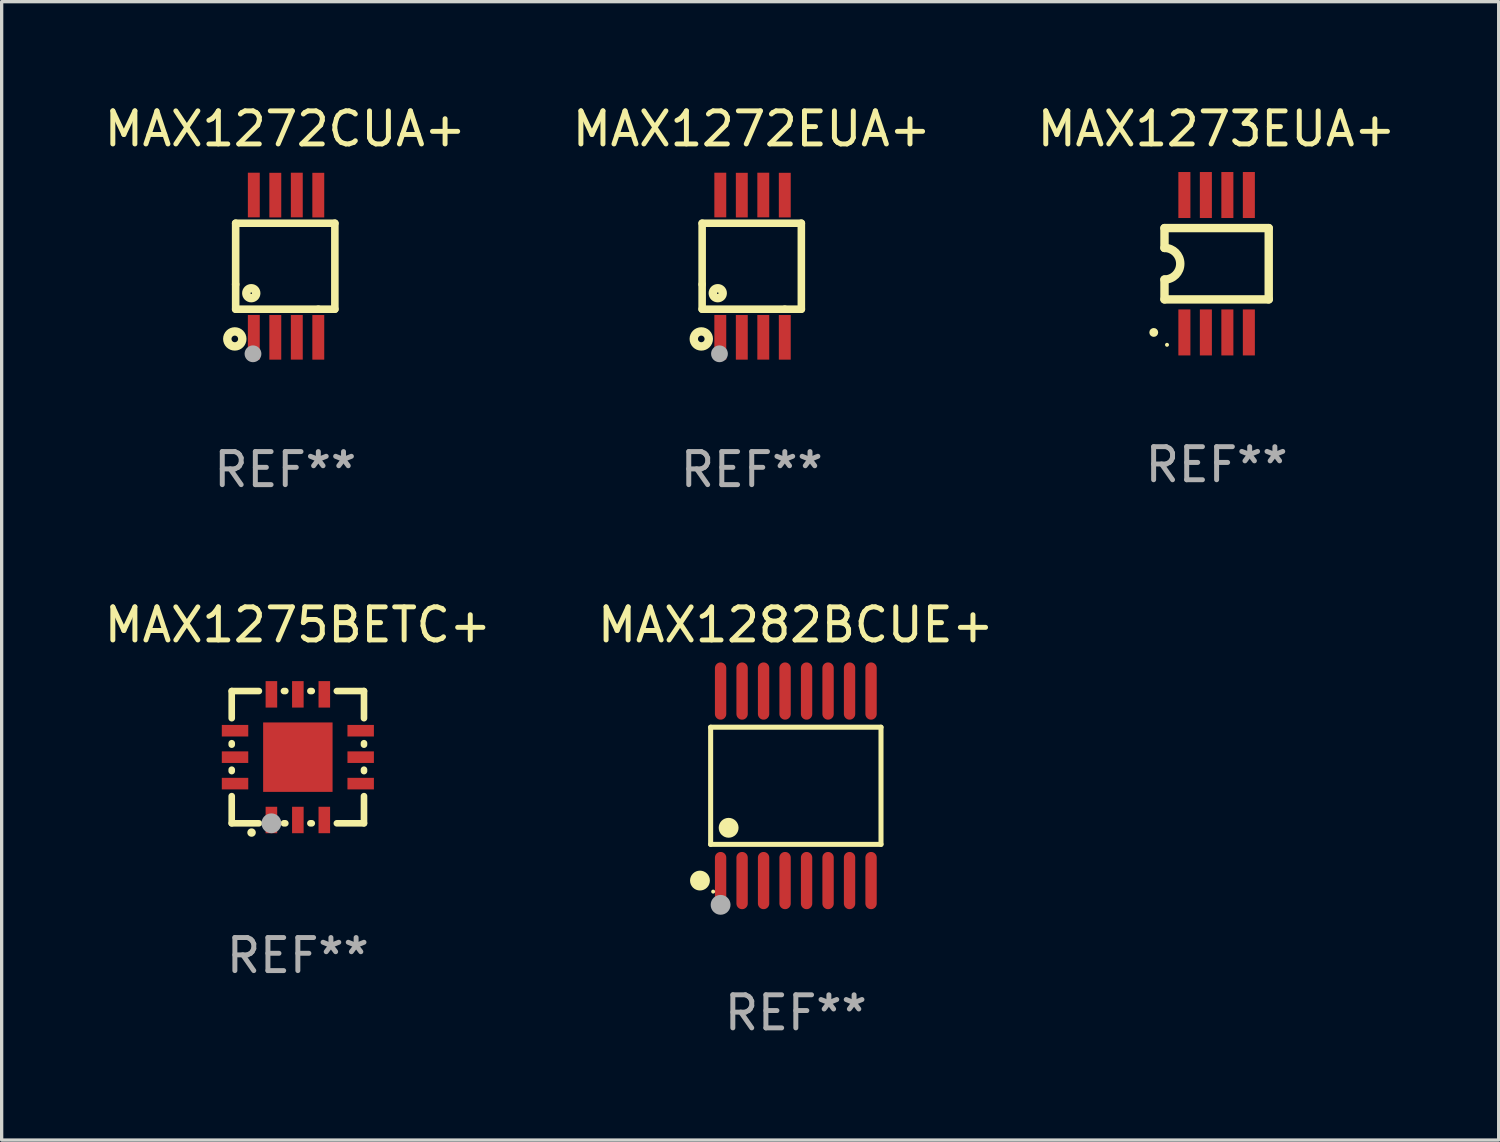
<source format=kicad_pcb>
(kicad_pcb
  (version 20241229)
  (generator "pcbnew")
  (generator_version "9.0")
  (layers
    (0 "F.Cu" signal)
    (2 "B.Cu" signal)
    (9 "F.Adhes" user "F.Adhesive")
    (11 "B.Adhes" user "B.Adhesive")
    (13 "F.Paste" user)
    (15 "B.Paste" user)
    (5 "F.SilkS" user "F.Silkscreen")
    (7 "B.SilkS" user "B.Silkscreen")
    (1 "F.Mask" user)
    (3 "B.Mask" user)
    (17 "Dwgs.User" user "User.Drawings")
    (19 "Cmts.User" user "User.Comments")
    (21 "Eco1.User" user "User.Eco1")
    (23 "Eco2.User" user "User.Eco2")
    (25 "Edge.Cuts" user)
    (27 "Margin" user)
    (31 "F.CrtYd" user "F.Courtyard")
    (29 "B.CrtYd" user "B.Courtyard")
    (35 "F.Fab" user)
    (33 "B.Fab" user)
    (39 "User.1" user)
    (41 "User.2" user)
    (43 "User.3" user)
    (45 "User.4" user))
  (footprint "MAX1282BCUE+"
    (layer "F.Cu")
    (at 21.018 20.715)
    (property "Reference" "MAX1282BCUE+" (at 0 -4.866 0) (layer "F.SilkS") (effects (font (size 1 1) (thickness 0.15))))
    (attr through_hole)
    (fp_line (start -2.576 -1.772) (end 2.576 -1.772) (stroke (width 0.152) (type solid)) (layer "F.SilkS"))
    (fp_line (start -2.576 1.771) (end -2.576 -1.772) (stroke (width 0.152) (type solid)) (layer "F.SilkS"))
    (fp_line (start 2.576 -1.772) (end 2.576 1.771) (stroke (width 0.152) (type solid)) (layer "F.SilkS"))
    (fp_line (start 2.576 1.771) (end -2.576 1.771) (stroke (width 0.152) (type solid)) (layer "F.SilkS"))
    (fp_circle (center -2.899 2.866) (end -2.749 2.866) (stroke (width 0.3) (type solid)) (fill no) (layer "F.SilkS"))
    (fp_circle (center -2.5 3.2) (end -2.47 3.2) (stroke (width 0.06) (type solid)) (fill no) (layer "F.SilkS"))
    (fp_circle (center -2.032 1.27) (end -1.882 1.27) (stroke (width 0.3) (type solid)) (fill no) (layer "F.SilkS"))
    (fp_circle (center -2.275 3.6) (end -2.125 3.6) (stroke (width 0.3) (type solid)) (fill no) (layer "F.Fab"))
    (fp_text user "REF**" (at 0 6.866 0) (layer "F.Fab") (effects (font (size 1 1) (thickness 0.15))))
    (pad "1" smd oval (at -2.275 2.866) (size 0.343 1.731) (layers "F.Cu" "F.Mask" "F.Paste"))
    (pad "2" smd oval (at -1.625 2.866) (size 0.343 1.731) (layers "F.Cu" "F.Mask" "F.Paste"))
    (pad "3" smd oval (at -0.975 2.866) (size 0.343 1.731) (layers "F.Cu" "F.Mask" "F.Paste"))
    (pad "4" smd oval (at -0.325 2.866) (size 0.343 1.731) (layers "F.Cu" "F.Mask" "F.Paste"))
    (pad "5" smd oval (at 0.325 2.866) (size 0.343 1.731) (layers "F.Cu" "F.Mask" "F.Paste"))
    (pad "6" smd oval (at 0.975 2.866) (size 0.343 1.731) (layers "F.Cu" "F.Mask" "F.Paste"))
    (pad "7" smd oval (at 1.625 2.866) (size 0.343 1.731) (layers "F.Cu" "F.Mask" "F.Paste"))
    (pad "8" smd oval (at 2.275 2.866) (size 0.343 1.731) (layers "F.Cu" "F.Mask" "F.Paste"))
    (pad "9" smd oval (at 2.275 -2.866) (size 0.343 1.731) (layers "F.Cu" "F.Mask" "F.Paste"))
    (pad "10" smd oval (at 1.625 -2.866) (size 0.343 1.731) (layers "F.Cu" "F.Mask" "F.Paste"))
    (pad "11" smd oval (at 0.975 -2.866) (size 0.343 1.731) (layers "F.Cu" "F.Mask" "F.Paste"))
    (pad "12" smd oval (at 0.325 -2.866) (size 0.343 1.731) (layers "F.Cu" "F.Mask" "F.Paste"))
    (pad "13" smd oval (at -0.325 -2.866) (size 0.343 1.731) (layers "F.Cu" "F.Mask" "F.Paste"))
    (pad "14" smd oval (at -0.975 -2.866) (size 0.343 1.731) (layers "F.Cu" "F.Mask" "F.Paste"))
    (pad "15" smd oval (at -1.625 -2.866) (size 0.343 1.731) (layers "F.Cu" "F.Mask" "F.Paste"))
    (pad "16" smd oval (at -2.275 -2.866) (size 0.343 1.731) (layers "F.Cu" "F.Mask" "F.Paste")))
  (footprint "MAX1275BETC+"
    (layer "F.Cu")
    (at 5.958 19.849)
    (property "Reference" "MAX1275BETC+" (at 0 -4 0) (layer "F.SilkS") (effects (font (size 1 1) (thickness 0.15))))
    (attr through_hole)
    (fp_line (start -2 -2) (end -1.179 -2) (stroke (width 0.2) (type solid)) (layer "F.SilkS"))
    (fp_line (start -2 -1.179) (end -2 -2) (stroke (width 0.2) (type solid)) (layer "F.SilkS"))
    (fp_line (start -2 -0.379) (end -2 -0.421) (stroke (width 0.2) (type solid)) (layer "F.SilkS"))
    (fp_line (start -2 0.421) (end -2 0.379) (stroke (width 0.2) (type solid)) (layer "F.SilkS"))
    (fp_line (start -2 2) (end -2 1.179) (stroke (width 0.2) (type solid)) (layer "F.SilkS"))
    (fp_line (start -1.179 2) (end -2 2) (stroke (width 0.2) (type solid)) (layer "F.SilkS"))
    (fp_line (start -0.421 -2) (end -0.379 -2) (stroke (width 0.2) (type solid)) (layer "F.SilkS"))
    (fp_line (start -0.379 2) (end -0.421 2) (stroke (width 0.2) (type solid)) (layer "F.SilkS"))
    (fp_line (start 0.379 -2) (end 0.421 -2) (stroke (width 0.2) (type solid)) (layer "F.SilkS"))
    (fp_line (start 0.421 2) (end 0.379 2) (stroke (width 0.2) (type solid)) (layer "F.SilkS"))
    (fp_line (start 1.179 -2) (end 2 -2) (stroke (width 0.2) (type solid)) (layer "F.SilkS"))
    (fp_line (start 2 -2) (end 2 -1.179) (stroke (width 0.2) (type solid)) (layer "F.SilkS"))
    (fp_line (start 2 -0.421) (end 2 -0.379) (stroke (width 0.2) (type solid)) (layer "F.SilkS"))
    (fp_line (start 2 0.379) (end 2 0.421) (stroke (width 0.2) (type solid)) (layer "F.SilkS"))
    (fp_line (start 2 1.179) (end 2 2) (stroke (width 0.2) (type solid)) (layer "F.SilkS"))
    (fp_line (start 2 2) (end 1.179 2) (stroke (width 0.2) (type solid)) (layer "F.SilkS"))
    (fp_arc (start -1.40127 2.28001) (mid -1.4 2.280003) (end -1.39873 2.28001) (stroke (width 0.254001) (type solid)) (layer "F.SilkS"))
    (fp_circle (center -2 2) (end -1.97 2) (stroke (width 0.06) (type solid)) (fill no) (layer "F.SilkS"))
    (fp_circle (center -0.8 2) (end -0.65 2) (stroke (width 0.3) (type solid)) (fill no) (layer "F.Fab"))
    (fp_text user "REF**" (at 0 6 0) (layer "F.Fab") (effects (font (size 1 1) (thickness 0.15))))
    (pad "1" smd rect (at -0.8 1.9 90) (size 0.8 0.35) (layers "F.Cu" "F.Mask" "F.Paste"))
    (pad "2" smd rect (at -0.000127 1.9 90) (size 0.8 0.35) (layers "F.Cu" "F.Mask" "F.Paste"))
    (pad "3" smd rect (at 0.8 1.9 90) (size 0.8 0.35) (layers "F.Cu" "F.Mask" "F.Paste"))
    (pad "4" smd rect (at 1.9 0.8 180) (size 0.8 0.35) (layers "F.Cu" "F.Mask" "F.Paste"))
    (pad "5" smd rect (at 1.9 -0.000127 180) (size 0.8 0.35) (layers "F.Cu" "F.Mask" "F.Paste"))
    (pad "6" smd rect (at 1.9 -0.8 180) (size 0.8 0.35) (layers "F.Cu" "F.Mask" "F.Paste"))
    (pad "7" smd rect (at 0.8 -1.9 270) (size 0.8 0.35) (layers "F.Cu" "F.Mask" "F.Paste"))
    (pad "8" smd rect (at -0.000127 -1.9 270) (size 0.8 0.35) (layers "F.Cu" "F.Mask" "F.Paste"))
    (pad "9" smd rect (at -0.8 -1.9 270) (size 0.8 0.35) (layers "F.Cu" "F.Mask" "F.Paste"))
    (pad "10" smd rect (at -1.9 -0.8) (size 0.8 0.35) (layers "F.Cu" "F.Mask" "F.Paste"))
    (pad "11" smd rect (at -1.9 -0.000127) (size 0.8 0.35) (layers "F.Cu" "F.Mask" "F.Paste"))
    (pad "12" smd rect (at -1.9 0.8) (size 0.8 0.35) (layers "F.Cu" "F.Mask" "F.Paste"))
    (pad "13" smd rect (at -0.000127 -0.000127 90) (size 2.1 2.1) (layers "F.Cu" "F.Mask" "F.Paste")))
  (footprint "MAX1273EUA+"
    (layer "F.Cu")
    (at 33.744 4.926)
    (property "Reference" "MAX1273EUA+" (at 0 -4.078 0) (layer "F.SilkS") (effects (font (size 1 1) (thickness 0.15))))
    (attr through_hole)
    (fp_line (start -1.576 -1.078) (end -1.576 -0.478) (stroke (width 0.254) (type solid)) (layer "F.SilkS"))
    (fp_line (start -1.576 -1.078) (end 1.576 -1.078) (stroke (width 0.254) (type solid)) (layer "F.SilkS"))
    (fp_line (start -1.576 1.078) (end -1.576 0.478) (stroke (width 0.254) (type solid)) (layer "F.SilkS"))
    (fp_line (start 1.576 -1.078) (end 1.576 1.078) (stroke (width 0.254) (type solid)) (layer "F.SilkS"))
    (fp_line (start 1.576 1.078) (end -1.576 1.078) (stroke (width 0.254) (type solid)) (layer "F.SilkS"))
    (fp_arc (start -1.577343 -0.47752) (mid -1.099721 -0.000481) (end -1.5762 0.477699) (stroke (width 0.254001) (type solid)) (layer "F.SilkS"))
    (fp_circle (center -1.901 2.078) (end -1.834 2.078) (stroke (width 0.134) (type solid)) (fill no) (layer "F.SilkS"))
    (fp_circle (center -1.5 2.452) (end -1.47 2.452) (stroke (width 0.06) (type solid)) (fill no) (layer "F.SilkS"))
    (fp_text user "REF**" (at 0 6.078 0) (layer "F.Fab") (effects (font (size 1 1) (thickness 0.15))))
    (pad "1" smd rect (at -0.975 2.078) (size 0.364 1.391) (layers "F.Cu" "F.Mask" "F.Paste"))
    (pad "2" smd rect (at -0.325 2.078) (size 0.364 1.391) (layers "F.Cu" "F.Mask" "F.Paste"))
    (pad "3" smd rect (at 0.325 2.078) (size 0.364 1.391) (layers "F.Cu" "F.Mask" "F.Paste"))
    (pad "4" smd rect (at 0.975 2.078) (size 0.364 1.391) (layers "F.Cu" "F.Mask" "F.Paste"))
    (pad "5" smd rect (at 0.975 -2.078) (size 0.364 1.391) (layers "F.Cu" "F.Mask" "F.Paste"))
    (pad "6" smd rect (at 0.325 -2.078) (size 0.364 1.391) (layers "F.Cu" "F.Mask" "F.Paste"))
    (pad "7" smd rect (at -0.325 -2.078) (size 0.364 1.391) (layers "F.Cu" "F.Mask" "F.Paste"))
    (pad "8" smd rect (at -0.975 -2.078) (size 0.364 1.391) (layers "F.Cu" "F.Mask" "F.Paste")))
  (footprint "MAX1272CUA+"
    (layer "F.Cu")
    (at 5.577 5)
    (property "Reference" "MAX1272CUA+" (at 0 -4.152 0) (layer "F.SilkS") (effects (font (size 1 1) (thickness 0.15))))
    (attr through_hole)
    (fp_line (start -1.5 1.301) (end 1 1.301) (stroke (width 0.229) (type solid)) (layer "F.SilkS"))
    (fp_line (start -1.5 -1.299) (end -1.5 0.551) (stroke (width 0.229) (type solid)) (layer "F.SilkS"))
    (fp_line (start -1.5 0.551) (end -1.5 1.301) (stroke (width 0.229) (type solid)) (layer "F.SilkS"))
    (fp_line (start 1 1.301) (end 1.5 1.301) (stroke (width 0.229) (type solid)) (layer "F.SilkS"))
    (fp_line (start 1.5 1.301) (end 1.5 -1.299) (stroke (width 0.229) (type solid)) (layer "F.SilkS"))
    (fp_line (start 1.5 -1.299) (end -1.5 -1.299) (stroke (width 0.229) (type solid)) (layer "F.SilkS"))
    (fp_circle (center -1.526 2.2) (end -1.426 2.2) (stroke (width 0.254) (type solid)) (fill no) (layer "F.SilkS"))
    (fp_circle (center -1.476 2.45) (end -1.446 2.45) (stroke (width 0.06) (type solid)) (fill no) (layer "F.SilkS"))
    (fp_circle (center -1.028 0.817) (end -0.878 0.817) (stroke (width 0.254) (type solid)) (fill no) (layer "F.SilkS"))
    (fp_circle (center -0.976 2.65) (end -0.849 2.65) (stroke (width 0.254) (type solid)) (fill no) (layer "F.Fab"))
    (fp_text user "REF**" (at 0 6.152 0) (layer "F.Fab") (effects (font (size 1 1) (thickness 0.15))))
    (pad "1" smd rect (at -0.951 2.15) (size 0.36 1.35) (layers "F.Cu" "F.Mask" "F.Paste"))
    (pad "2" smd rect (at -0.301 2.152) (size 0.36 1.35) (layers "F.Cu" "F.Mask" "F.Paste"))
    (pad "3" smd rect (at 0.349 2.151) (size 0.36 1.35) (layers "F.Cu" "F.Mask" "F.Paste"))
    (pad "4" smd rect (at 0.999 2.152) (size 0.36 1.35) (layers "F.Cu" "F.Mask" "F.Paste"))
    (pad "5" smd rect (at 0.999 -2.149) (size 0.36 1.35) (layers "F.Cu" "F.Mask" "F.Paste"))
    (pad "6" smd rect (at 0.349 -2.152) (size 0.36 1.35) (layers "F.Cu" "F.Mask" "F.Paste"))
    (pad "7" smd rect (at -0.301 -2.149) (size 0.36 1.35) (layers "F.Cu" "F.Mask" "F.Paste"))
    (pad "8" smd rect (at -0.951 -2.152) (size 0.36 1.35) (layers "F.Cu" "F.Mask" "F.Paste")))
  (footprint "MAX1272EUA+"
    (layer "F.Cu")
    (at 19.685 5)
    (property "Reference" "MAX1272EUA+" (at 0 -4.152 0) (layer "F.SilkS") (effects (font (size 1 1) (thickness 0.15))))
    (attr through_hole)
    (fp_line (start -1.5 1.301) (end 1 1.301) (stroke (width 0.229) (type solid)) (layer "F.SilkS"))
    (fp_line (start -1.5 -1.299) (end -1.5 0.551) (stroke (width 0.229) (type solid)) (layer "F.SilkS"))
    (fp_line (start -1.5 0.551) (end -1.5 1.301) (stroke (width 0.229) (type solid)) (layer "F.SilkS"))
    (fp_line (start 1 1.301) (end 1.5 1.301) (stroke (width 0.229) (type solid)) (layer "F.SilkS"))
    (fp_line (start 1.5 1.301) (end 1.5 -1.299) (stroke (width 0.229) (type solid)) (layer "F.SilkS"))
    (fp_line (start 1.5 -1.299) (end -1.5 -1.299) (stroke (width 0.229) (type solid)) (layer "F.SilkS"))
    (fp_circle (center -1.526 2.2) (end -1.426 2.2) (stroke (width 0.254) (type solid)) (fill no) (layer "F.SilkS"))
    (fp_circle (center -1.476 2.45) (end -1.446 2.45) (stroke (width 0.06) (type solid)) (fill no) (layer "F.SilkS"))
    (fp_circle (center -1.028 0.817) (end -0.878 0.817) (stroke (width 0.254) (type solid)) (fill no) (layer "F.SilkS"))
    (fp_circle (center -0.976 2.65) (end -0.849 2.65) (stroke (width 0.254) (type solid)) (fill no) (layer "F.Fab"))
    (fp_text user "REF**" (at 0 6.152 0) (layer "F.Fab") (effects (font (size 1 1) (thickness 0.15))))
    (pad "1" smd rect (at -0.951 2.15) (size 0.36 1.35) (layers "F.Cu" "F.Mask" "F.Paste"))
    (pad "2" smd rect (at -0.301 2.152) (size 0.36 1.35) (layers "F.Cu" "F.Mask" "F.Paste"))
    (pad "3" smd rect (at 0.349 2.151) (size 0.36 1.35) (layers "F.Cu" "F.Mask" "F.Paste"))
    (pad "4" smd rect (at 0.999 2.152) (size 0.36 1.35) (layers "F.Cu" "F.Mask" "F.Paste"))
    (pad "5" smd rect (at 0.999 -2.149) (size 0.36 1.35) (layers "F.Cu" "F.Mask" "F.Paste"))
    (pad "6" smd rect (at 0.349 -2.152) (size 0.36 1.35) (layers "F.Cu" "F.Mask" "F.Paste"))
    (pad "7" smd rect (at -0.301 -2.149) (size 0.36 1.35) (layers "F.Cu" "F.Mask" "F.Paste"))
    (pad "8" smd rect (at -0.951 -2.152) (size 0.36 1.35) (layers "F.Cu" "F.Mask" "F.Paste")))
  (gr_rect
    (start -3 -3)
    (end 42.274 31.429)
    (stroke (width 0.1) (type default))
    (fill no)
    (layer "Edge.Cuts")))
</source>
